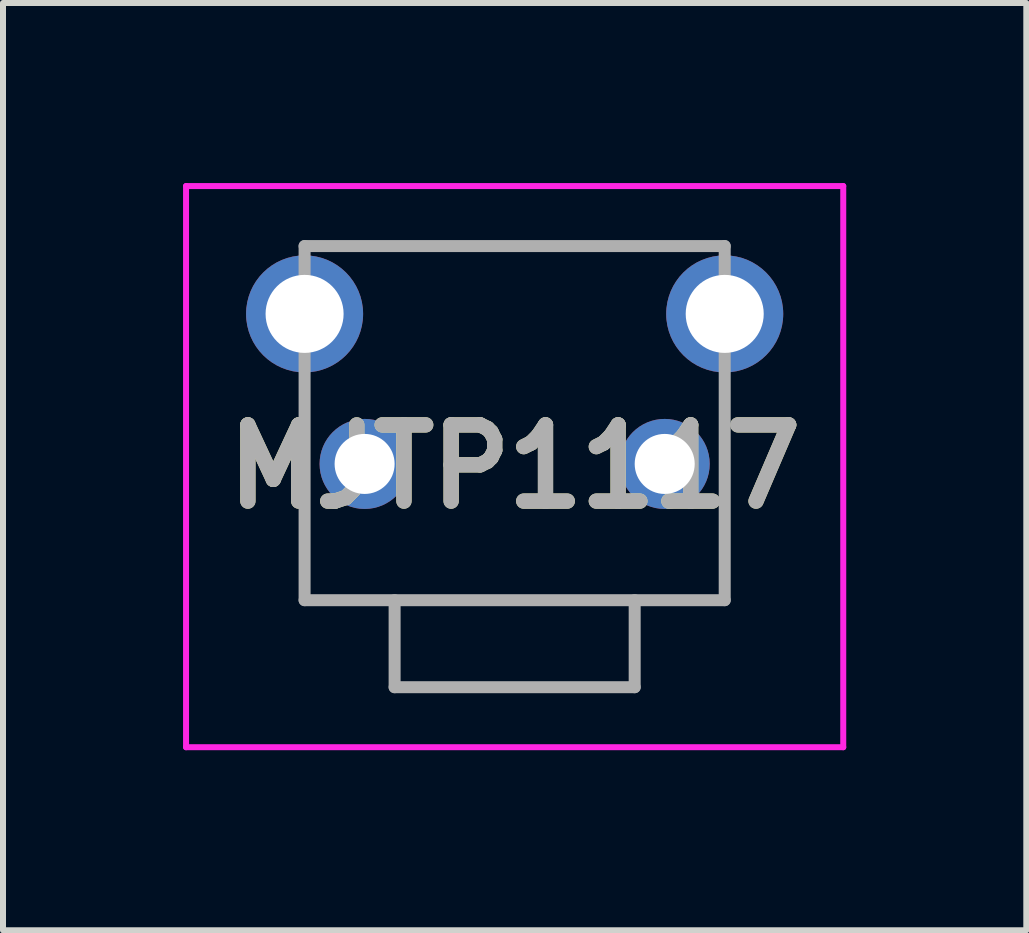
<source format=kicad_pcb>
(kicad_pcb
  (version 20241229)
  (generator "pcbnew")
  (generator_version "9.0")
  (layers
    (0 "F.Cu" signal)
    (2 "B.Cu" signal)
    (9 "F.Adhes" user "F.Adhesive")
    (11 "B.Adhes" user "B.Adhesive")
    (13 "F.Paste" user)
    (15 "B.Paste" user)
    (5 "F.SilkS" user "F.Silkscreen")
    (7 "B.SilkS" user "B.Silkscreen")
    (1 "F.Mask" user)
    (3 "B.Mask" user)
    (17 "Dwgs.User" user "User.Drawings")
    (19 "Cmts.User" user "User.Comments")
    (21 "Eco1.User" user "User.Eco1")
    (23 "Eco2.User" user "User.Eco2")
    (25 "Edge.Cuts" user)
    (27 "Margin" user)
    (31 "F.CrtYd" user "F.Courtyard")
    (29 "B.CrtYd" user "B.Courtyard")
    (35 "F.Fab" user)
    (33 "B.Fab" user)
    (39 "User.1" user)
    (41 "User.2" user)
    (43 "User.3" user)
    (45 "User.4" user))
  (footprint "MJTP1117"
    (layer "F.Cu")
    (at 3.025 4.68)
    (property "Reference" "MJTP1117" (at 2.5 0.045 0) (layer "F.SilkS") (effects (font (size 1.27 1.27) (thickness 0.254))))
    (attr through_hole)
    (fp_line (start -1 -1) (end -1 2.27) (stroke (width 0.1) (type solid)) (layer "F.SilkS"))
    (fp_line (start -1 2.27) (end 6 2.27) (stroke (width 0.1) (type solid)) (layer "F.SilkS"))
    (fp_line (start -0.5 -3.63) (end 5.5 -3.63) (stroke (width 0.1) (type solid)) (layer "F.SilkS"))
    (fp_line (start 6 2.27) (end 6 -1) (stroke (width 0.1) (type solid)) (layer "F.SilkS"))
    (fp_line (start -2.975 -4.63) (end 7.975 -4.63) (stroke (width 0.1) (type solid)) (layer "F.CrtYd"))
    (fp_line (start -2.975 4.72) (end -2.975 -4.63) (stroke (width 0.1) (type solid)) (layer "F.CrtYd"))
    (fp_line (start 7.975 -4.63) (end 7.975 4.72) (stroke (width 0.1) (type solid)) (layer "F.CrtYd"))
    (fp_line (start 7.975 4.72) (end -2.975 4.72) (stroke (width 0.1) (type solid)) (layer "F.CrtYd"))
    (fp_line (start -1 -3.63) (end 6 -3.63) (stroke (width 0.2) (type solid)) (layer "F.Fab"))
    (fp_line (start -1 2.27) (end -1 -3.63) (stroke (width 0.2) (type solid)) (layer "F.Fab"))
    (fp_line (start 0.5 2.27) (end 0.5 3.72) (stroke (width 0.2) (type solid)) (layer "F.Fab"))
    (fp_line (start 0.5 3.72) (end 4.5 3.72) (stroke (width 0.2) (type solid)) (layer "F.Fab"))
    (fp_line (start 4.5 3.72) (end 4.5 2.27) (stroke (width 0.2) (type solid)) (layer "F.Fab"))
    (fp_line (start 6 -3.63) (end 6 2.27) (stroke (width 0.2) (type solid)) (layer "F.Fab"))
    (fp_line (start 6 2.27) (end -1 2.27) (stroke (width 0.2) (type solid)) (layer "F.Fab"))
    (fp_text user "${REFERENCE}" (at 2.5 0.045 0) (layer "F.Fab") (effects (font (size 1.27 1.27) (thickness 0.254))))
    (pad "1" thru_hole circle (at 0 0) (size 1.5 1.5) (drill 1) (layers "*.Cu" "*.Mask"))
    (pad "2" thru_hole circle (at 5 0) (size 1.5 1.5) (drill 1) (layers "*.Cu" "*.Mask"))
    (pad "3" thru_hole circle (at -1 -2.5) (size 1.95 1.95) (drill 1.3) (layers "*.Cu" "*.Mask"))
    (pad "4" thru_hole circle (at 6 -2.5) (size 1.95 1.95) (drill 1.3) (layers "*.Cu" "*.Mask")))
  (gr_rect
    (start -3 -3)
    (end 14.05 12.45)
    (stroke (width 0.1) (type default))
    (fill no)
    (layer "Edge.Cuts")))
</source>
